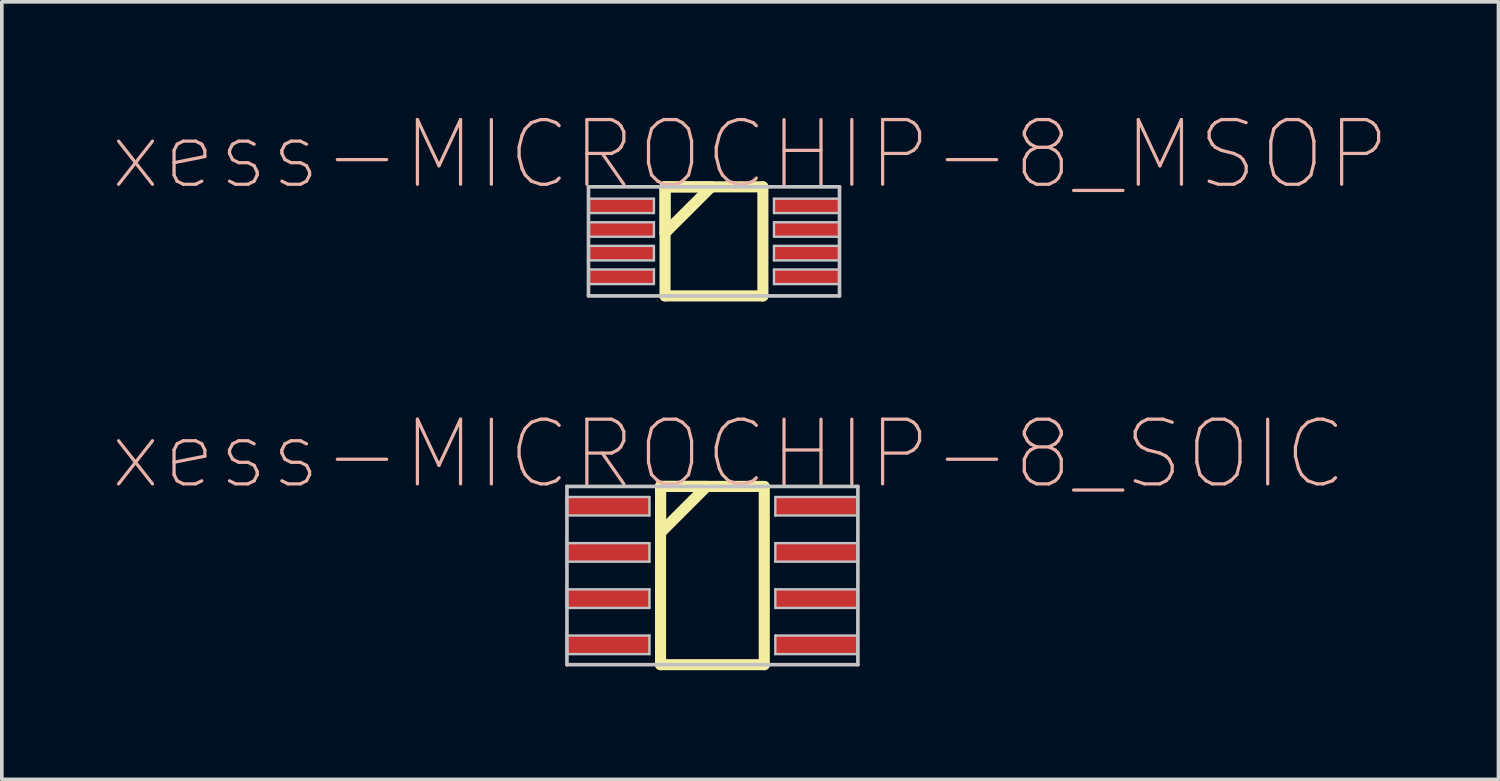
<source format=kicad_pcb>
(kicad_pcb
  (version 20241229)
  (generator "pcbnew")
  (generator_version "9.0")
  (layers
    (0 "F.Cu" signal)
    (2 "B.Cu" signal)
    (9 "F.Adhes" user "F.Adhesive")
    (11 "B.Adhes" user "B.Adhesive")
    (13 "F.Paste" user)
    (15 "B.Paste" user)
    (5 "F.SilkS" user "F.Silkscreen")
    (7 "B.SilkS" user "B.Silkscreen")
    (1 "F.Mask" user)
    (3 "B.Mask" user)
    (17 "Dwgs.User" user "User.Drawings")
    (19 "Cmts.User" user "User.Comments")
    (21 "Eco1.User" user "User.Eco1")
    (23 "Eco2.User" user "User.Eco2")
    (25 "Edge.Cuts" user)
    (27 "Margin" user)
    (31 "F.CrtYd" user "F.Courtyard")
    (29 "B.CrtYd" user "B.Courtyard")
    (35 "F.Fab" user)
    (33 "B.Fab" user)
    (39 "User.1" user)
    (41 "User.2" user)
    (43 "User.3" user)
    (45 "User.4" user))
  (footprint "xess-MICROCHIP-8_MSOP"
    (layer "F.Cu")
    (at 14.523 2.608)
    (property "Reference" "xess-MICROCHIP-8_MSOP" (at 3.043 -1.412 0) (layer "B.SilkS") (effects (font (size 1.778 1.778) (thickness 0.089))))
    (attr smd)
    (fp_line (start 0.704 -0.523) (end 0.704 0.744) (stroke (width 0.305) (type solid)) (layer "F.SilkS"))
    (fp_line (start 0.704 -0.523) (end 0.704 2.474) (stroke (width 0.305) (type solid)) (layer "F.SilkS"))
    (fp_line (start 0.704 0.744) (end 1.974 -0.523) (stroke (width 0.305) (type solid)) (layer "F.SilkS"))
    (fp_line (start 0.704 2.474) (end 3.393 2.474) (stroke (width 0.305) (type solid)) (layer "F.SilkS"))
    (fp_line (start 1.974 -0.523) (end 0.704 -0.523) (stroke (width 0.305) (type solid)) (layer "F.SilkS"))
    (fp_line (start 3.393 -0.523) (end 0.704 -0.523) (stroke (width 0.305) (type solid)) (layer "F.SilkS"))
    (fp_line (start 3.393 2.474) (end 3.393 -0.523) (stroke (width 0.305) (type solid)) (layer "F.SilkS"))
    (fp_line (start -1.4 -0.523) (end -1.4 2.474) (stroke (width 0.1) (type solid)) (layer "Dwgs.User"))
    (fp_line (start -1.4 -0.198) (end 0.399 -0.198) (stroke (width 0.066) (type solid)) (layer "Dwgs.User"))
    (fp_line (start -1.4 0.198) (end -1.4 -0.198) (stroke (width 0.066) (type solid)) (layer "Dwgs.User"))
    (fp_line (start -1.4 0.198) (end 0.399 0.198) (stroke (width 0.066) (type solid)) (layer "Dwgs.User"))
    (fp_line (start -1.4 0.45) (end 0.399 0.45) (stroke (width 0.066) (type solid)) (layer "Dwgs.User"))
    (fp_line (start -1.4 0.848) (end -1.4 0.45) (stroke (width 0.066) (type solid)) (layer "Dwgs.User"))
    (fp_line (start -1.4 0.848) (end 0.399 0.848) (stroke (width 0.066) (type solid)) (layer "Dwgs.User"))
    (fp_line (start -1.4 1.1) (end 0.399 1.1) (stroke (width 0.066) (type solid)) (layer "Dwgs.User"))
    (fp_line (start -1.4 1.499) (end -1.4 1.1) (stroke (width 0.066) (type solid)) (layer "Dwgs.User"))
    (fp_line (start -1.4 1.499) (end 0.399 1.499) (stroke (width 0.066) (type solid)) (layer "Dwgs.User"))
    (fp_line (start -1.4 1.748) (end 0.399 1.748) (stroke (width 0.066) (type solid)) (layer "Dwgs.User"))
    (fp_line (start -1.4 2.149) (end -1.4 1.748) (stroke (width 0.066) (type solid)) (layer "Dwgs.User"))
    (fp_line (start -1.4 2.149) (end 0.399 2.149) (stroke (width 0.066) (type solid)) (layer "Dwgs.User"))
    (fp_line (start -1.4 2.474) (end 5.499 2.474) (stroke (width 0.1) (type solid)) (layer "Dwgs.User"))
    (fp_line (start 0.399 0.198) (end 0.399 -0.198) (stroke (width 0.066) (type solid)) (layer "Dwgs.User"))
    (fp_line (start 0.399 0.848) (end 0.399 0.45) (stroke (width 0.066) (type solid)) (layer "Dwgs.User"))
    (fp_line (start 0.399 1.499) (end 0.399 1.1) (stroke (width 0.066) (type solid)) (layer "Dwgs.User"))
    (fp_line (start 0.399 2.149) (end 0.399 1.748) (stroke (width 0.066) (type solid)) (layer "Dwgs.User"))
    (fp_line (start 3.698 -0.198) (end 5.499 -0.198) (stroke (width 0.066) (type solid)) (layer "Dwgs.User"))
    (fp_line (start 3.698 0.198) (end 3.698 -0.198) (stroke (width 0.066) (type solid)) (layer "Dwgs.User"))
    (fp_line (start 3.698 0.198) (end 5.499 0.198) (stroke (width 0.066) (type solid)) (layer "Dwgs.User"))
    (fp_line (start 3.698 0.45) (end 5.499 0.45) (stroke (width 0.066) (type solid)) (layer "Dwgs.User"))
    (fp_line (start 3.698 0.848) (end 3.698 0.45) (stroke (width 0.066) (type solid)) (layer "Dwgs.User"))
    (fp_line (start 3.698 0.848) (end 5.499 0.848) (stroke (width 0.066) (type solid)) (layer "Dwgs.User"))
    (fp_line (start 3.698 1.1) (end 5.499 1.1) (stroke (width 0.066) (type solid)) (layer "Dwgs.User"))
    (fp_line (start 3.698 1.499) (end 3.698 1.1) (stroke (width 0.066) (type solid)) (layer "Dwgs.User"))
    (fp_line (start 3.698 1.499) (end 5.499 1.499) (stroke (width 0.066) (type solid)) (layer "Dwgs.User"))
    (fp_line (start 3.698 1.748) (end 5.499 1.748) (stroke (width 0.066) (type solid)) (layer "Dwgs.User"))
    (fp_line (start 3.698 2.149) (end 3.698 1.748) (stroke (width 0.066) (type solid)) (layer "Dwgs.User"))
    (fp_line (start 3.698 2.149) (end 5.499 2.149) (stroke (width 0.066) (type solid)) (layer "Dwgs.User"))
    (fp_line (start 5.499 -0.523) (end -1.4 -0.523) (stroke (width 0.1) (type solid)) (layer "Dwgs.User"))
    (fp_line (start 5.499 0.198) (end 5.499 -0.198) (stroke (width 0.066) (type solid)) (layer "Dwgs.User"))
    (fp_line (start 5.499 0.848) (end 5.499 0.45) (stroke (width 0.066) (type solid)) (layer "Dwgs.User"))
    (fp_line (start 5.499 1.499) (end 5.499 1.1) (stroke (width 0.066) (type solid)) (layer "Dwgs.User"))
    (fp_line (start 5.499 2.149) (end 5.499 1.748) (stroke (width 0.066) (type solid)) (layer "Dwgs.User"))
    (fp_line (start 5.499 2.474) (end 5.499 -0.523) (stroke (width 0.1) (type solid)) (layer "Dwgs.User"))
    (pad "1" smd rect (at -0.498 0) (size 1.798 0.399) (layers "F.Cu" "F.Mask" "F.Paste"))
    (pad "2" smd rect (at -0.498 0.648) (size 1.798 0.399) (layers "F.Cu" "F.Mask" "F.Paste"))
    (pad "3" smd rect (at -0.498 1.298) (size 1.798 0.399) (layers "F.Cu" "F.Mask" "F.Paste"))
    (pad "4" smd rect (at -0.498 1.948) (size 1.798 0.399) (layers "F.Cu" "F.Mask" "F.Paste"))
    (pad "5" smd rect (at 4.6 1.948) (size 1.798 0.399) (layers "F.Cu" "F.Mask" "F.Paste"))
    (pad "6" smd rect (at 4.6 1.298) (size 1.798 0.399) (layers "F.Cu" "F.Mask" "F.Paste"))
    (pad "7" smd rect (at 4.6 0.648) (size 1.798 0.399) (layers "F.Cu" "F.Mask" "F.Paste"))
    (pad "8" smd rect (at 4.6 0) (size 1.798 0.399) (layers "F.Cu" "F.Mask" "F.Paste")))
  (footprint "xess-MICROCHIP-8_SOIC"
    (layer "F.Cu")
    (at 14.164 10.863)
    (property "Reference" "xess-MICROCHIP-8_SOIC" (at 2.809 -1.433 0) (layer "B.SilkS") (effects (font (size 1.778 1.778) (thickness 0.089))))
    (attr smd)
    (fp_line (start 0.94 -0.544) (end 0.94 0.724) (stroke (width 0.305) (type solid)) (layer "F.SilkS"))
    (fp_line (start 0.94 -0.544) (end 0.94 4.354) (stroke (width 0.305) (type solid)) (layer "F.SilkS"))
    (fp_line (start 0.94 0.724) (end 2.207 -0.544) (stroke (width 0.305) (type solid)) (layer "F.SilkS"))
    (fp_line (start 0.94 4.354) (end 3.79 4.354) (stroke (width 0.305) (type solid)) (layer "F.SilkS"))
    (fp_line (start 2.207 -0.544) (end 0.94 -0.544) (stroke (width 0.305) (type solid)) (layer "F.SilkS"))
    (fp_line (start 3.79 -0.544) (end 0.94 -0.544) (stroke (width 0.305) (type solid)) (layer "F.SilkS"))
    (fp_line (start 3.79 4.354) (end 3.79 -0.544) (stroke (width 0.305) (type solid)) (layer "F.SilkS"))
    (fp_line (start -1.633 -0.544) (end -1.633 4.354) (stroke (width 0.1) (type solid)) (layer "Dwgs.User"))
    (fp_line (start -1.633 -0.254) (end 0.635 -0.254) (stroke (width 0.066) (type solid)) (layer "Dwgs.User"))
    (fp_line (start -1.633 0.254) (end -1.633 -0.254) (stroke (width 0.066) (type solid)) (layer "Dwgs.User"))
    (fp_line (start -1.633 0.254) (end 0.635 0.254) (stroke (width 0.066) (type solid)) (layer "Dwgs.User"))
    (fp_line (start -1.633 1.013) (end 0.635 1.013) (stroke (width 0.066) (type solid)) (layer "Dwgs.User"))
    (fp_line (start -1.633 1.524) (end -1.633 1.013) (stroke (width 0.066) (type solid)) (layer "Dwgs.User"))
    (fp_line (start -1.633 1.524) (end 0.635 1.524) (stroke (width 0.066) (type solid)) (layer "Dwgs.User"))
    (fp_line (start -1.633 2.283) (end 0.635 2.283) (stroke (width 0.066) (type solid)) (layer "Dwgs.User"))
    (fp_line (start -1.633 2.794) (end -1.633 2.283) (stroke (width 0.066) (type solid)) (layer "Dwgs.User"))
    (fp_line (start -1.633 2.794) (end 0.635 2.794) (stroke (width 0.066) (type solid)) (layer "Dwgs.User"))
    (fp_line (start -1.633 3.553) (end 0.635 3.553) (stroke (width 0.066) (type solid)) (layer "Dwgs.User"))
    (fp_line (start -1.633 4.064) (end -1.633 3.553) (stroke (width 0.066) (type solid)) (layer "Dwgs.User"))
    (fp_line (start -1.633 4.064) (end 0.635 4.064) (stroke (width 0.066) (type solid)) (layer "Dwgs.User"))
    (fp_line (start -1.633 4.354) (end 6.363 4.354) (stroke (width 0.1) (type solid)) (layer "Dwgs.User"))
    (fp_line (start 0.635 0.254) (end 0.635 -0.254) (stroke (width 0.066) (type solid)) (layer "Dwgs.User"))
    (fp_line (start 0.635 1.524) (end 0.635 1.013) (stroke (width 0.066) (type solid)) (layer "Dwgs.User"))
    (fp_line (start 0.635 2.794) (end 0.635 2.283) (stroke (width 0.066) (type solid)) (layer "Dwgs.User"))
    (fp_line (start 0.635 4.064) (end 0.635 3.553) (stroke (width 0.066) (type solid)) (layer "Dwgs.User"))
    (fp_line (start 4.094 -0.254) (end 6.363 -0.254) (stroke (width 0.066) (type solid)) (layer "Dwgs.User"))
    (fp_line (start 4.094 0.254) (end 4.094 -0.254) (stroke (width 0.066) (type solid)) (layer "Dwgs.User"))
    (fp_line (start 4.094 0.254) (end 6.363 0.254) (stroke (width 0.066) (type solid)) (layer "Dwgs.User"))
    (fp_line (start 4.094 1.013) (end 6.363 1.013) (stroke (width 0.066) (type solid)) (layer "Dwgs.User"))
    (fp_line (start 4.094 1.524) (end 4.094 1.013) (stroke (width 0.066) (type solid)) (layer "Dwgs.User"))
    (fp_line (start 4.094 1.524) (end 6.363 1.524) (stroke (width 0.066) (type solid)) (layer "Dwgs.User"))
    (fp_line (start 4.094 2.283) (end 6.363 2.283) (stroke (width 0.066) (type solid)) (layer "Dwgs.User"))
    (fp_line (start 4.094 2.794) (end 4.094 2.283) (stroke (width 0.066) (type solid)) (layer "Dwgs.User"))
    (fp_line (start 4.094 2.794) (end 6.363 2.794) (stroke (width 0.066) (type solid)) (layer "Dwgs.User"))
    (fp_line (start 4.094 3.553) (end 6.363 3.553) (stroke (width 0.066) (type solid)) (layer "Dwgs.User"))
    (fp_line (start 4.094 4.064) (end 4.094 3.553) (stroke (width 0.066) (type solid)) (layer "Dwgs.User"))
    (fp_line (start 4.094 4.064) (end 6.363 4.064) (stroke (width 0.066) (type solid)) (layer "Dwgs.User"))
    (fp_line (start 6.363 -0.544) (end -1.633 -0.544) (stroke (width 0.1) (type solid)) (layer "Dwgs.User"))
    (fp_line (start 6.363 0.254) (end 6.363 -0.254) (stroke (width 0.066) (type solid)) (layer "Dwgs.User"))
    (fp_line (start 6.363 1.524) (end 6.363 1.013) (stroke (width 0.066) (type solid)) (layer "Dwgs.User"))
    (fp_line (start 6.363 2.794) (end 6.363 2.283) (stroke (width 0.066) (type solid)) (layer "Dwgs.User"))
    (fp_line (start 6.363 4.064) (end 6.363 3.553) (stroke (width 0.066) (type solid)) (layer "Dwgs.User"))
    (fp_line (start 6.363 4.354) (end 6.363 -0.544) (stroke (width 0.1) (type solid)) (layer "Dwgs.User"))
    (pad "1" smd rect (at -0.498 0) (size 2.268 0.508) (layers "F.Cu" "F.Mask" "F.Paste"))
    (pad "2" smd rect (at -0.498 1.27) (size 2.268 0.508) (layers "F.Cu" "F.Mask" "F.Paste"))
    (pad "3" smd rect (at -0.498 2.54) (size 2.268 0.508) (layers "F.Cu" "F.Mask" "F.Paste"))
    (pad "4" smd rect (at -0.498 3.81) (size 2.268 0.508) (layers "F.Cu" "F.Mask" "F.Paste"))
    (pad "5" smd rect (at 5.23 3.81) (size 2.268 0.508) (layers "F.Cu" "F.Mask" "F.Paste"))
    (pad "6" smd rect (at 5.23 2.54) (size 2.268 0.508) (layers "F.Cu" "F.Mask" "F.Paste"))
    (pad "7" smd rect (at 5.23 1.27) (size 2.268 0.508) (layers "F.Cu" "F.Mask" "F.Paste"))
    (pad "8" smd rect (at 5.23 0) (size 2.268 0.508) (layers "F.Cu" "F.Mask" "F.Paste")))
  (gr_rect
    (start -3 -3)
    (end 38.132 18.369)
    (stroke (width 0.1) (type default))
    (fill no)
    (layer "Edge.Cuts")))
</source>
